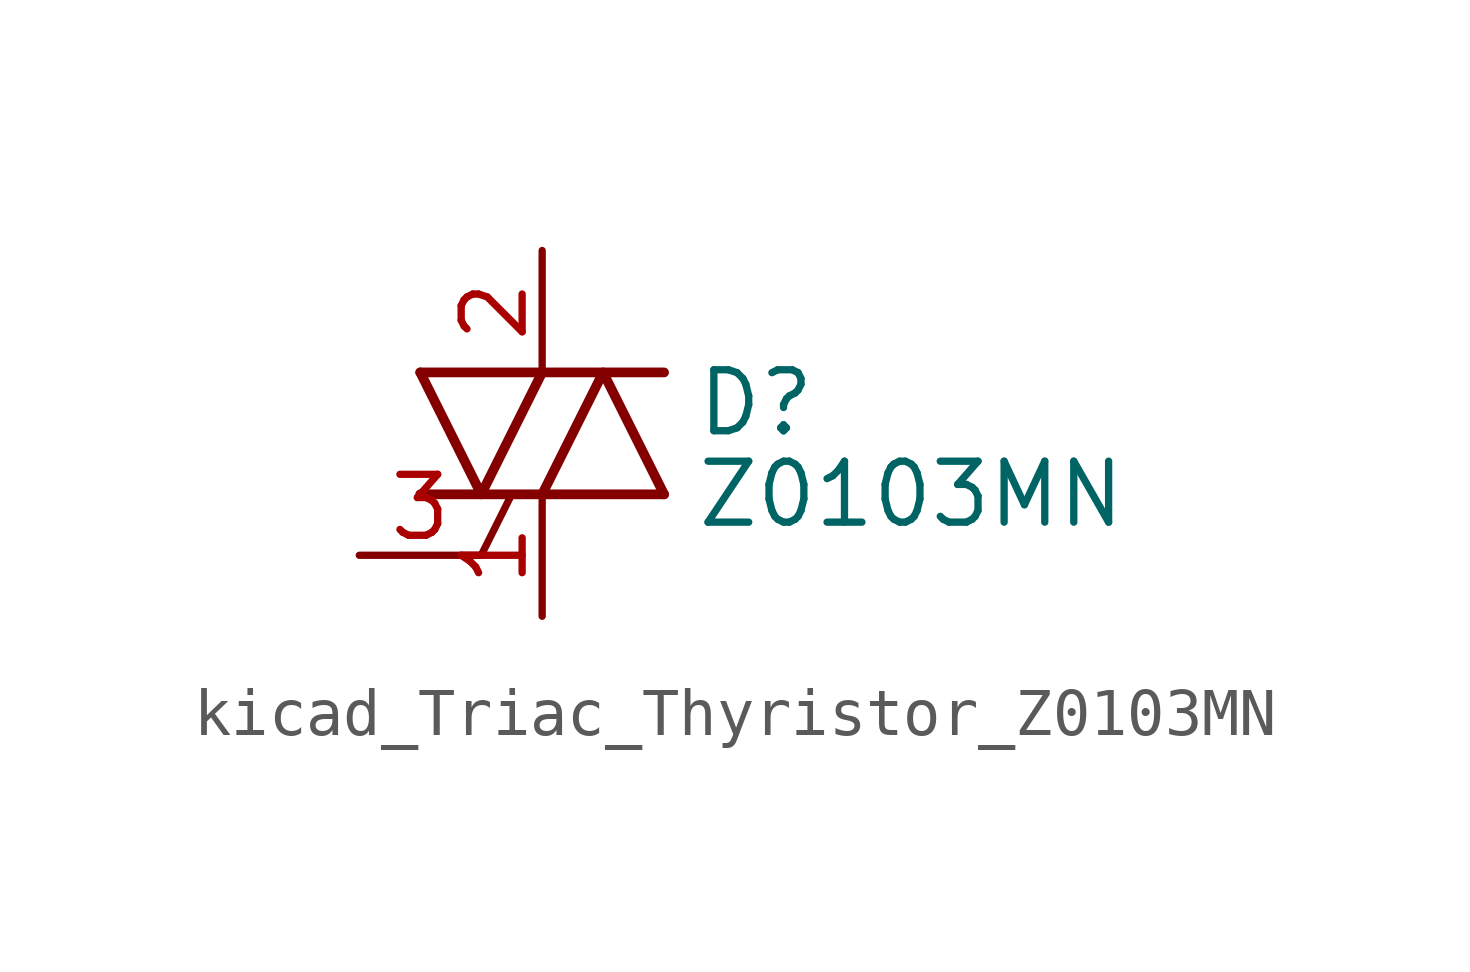
<source format=kicad_sym>
(kicad_symbol_lib
  (version 20220914)
  (generator kicad_symbol_editor)
  (symbol "kicad_Triac_Thyristor_Z0103MN"
    (pin_names
      (offset 0) hide)
    (property "Reference" "D"
      (at 3.175 0.635 0)
      (effects (font (size 1.27 1.27)) (justify left)))
    (property "Value" "Z0103MN"
      (at 3.175 -1.27 0)
      (effects (font (size 1.27 1.27)) (justify left)))
    (symbol "kicad_Triac_Thyristor_Z0103MN_0_1"
      (polyline (pts (xy -2.54 -1.27) (xy 2.54 -1.27)) (stroke (width 0.203) (type default)) (fill (type none)))
      (polyline (pts (xy -2.54 1.27) (xy 2.54 1.27)) (stroke (width 0.203) (type default)) (fill (type none)))
      (polyline (pts (xy -1.27 -2.54) (xy -0.635 -1.27)) (stroke (width 0) (type default)) (fill (type none)))
      (polyline (pts (xy -2.54 1.27) (xy -1.27 -1.27) (xy 0 1.27)) (stroke (width 0.203) (type default)) (fill (type none)))
      (polyline (pts (xy 0 -1.27) (xy 1.27 1.27) (xy 2.54 -1.27)) (stroke (width 0.203) (type default)) (fill (type none))))
    (symbol "kicad_Triac_Thyristor_Z0103MN_1_1"
      (pin passive line (at 0 -3.81 90) (length 2.54) (name "A1" (effects (font (size 1.27 1.27)))) (number "1" (effects (font (size 1.27 1.27)))))
      (pin passive line (at 0 3.81 270) (length 2.54) (name "A2" (effects (font (size 1.27 1.27)))) (number "2" (effects (font (size 1.27 1.27)))))
      (pin input line (at -3.81 -2.54 0) (length 2.54) (name "G" (effects (font (size 1.27 1.27)))) (number "3" (effects (font (size 1.27 1.27)))))
      (pin passive line (at 0 3.81 270) (length 2.54) hide (name "A4" (effects (font (size 1.27 1.27)))) (number "4" (effects (font (size 1.27 1.27))))))))
</source>
